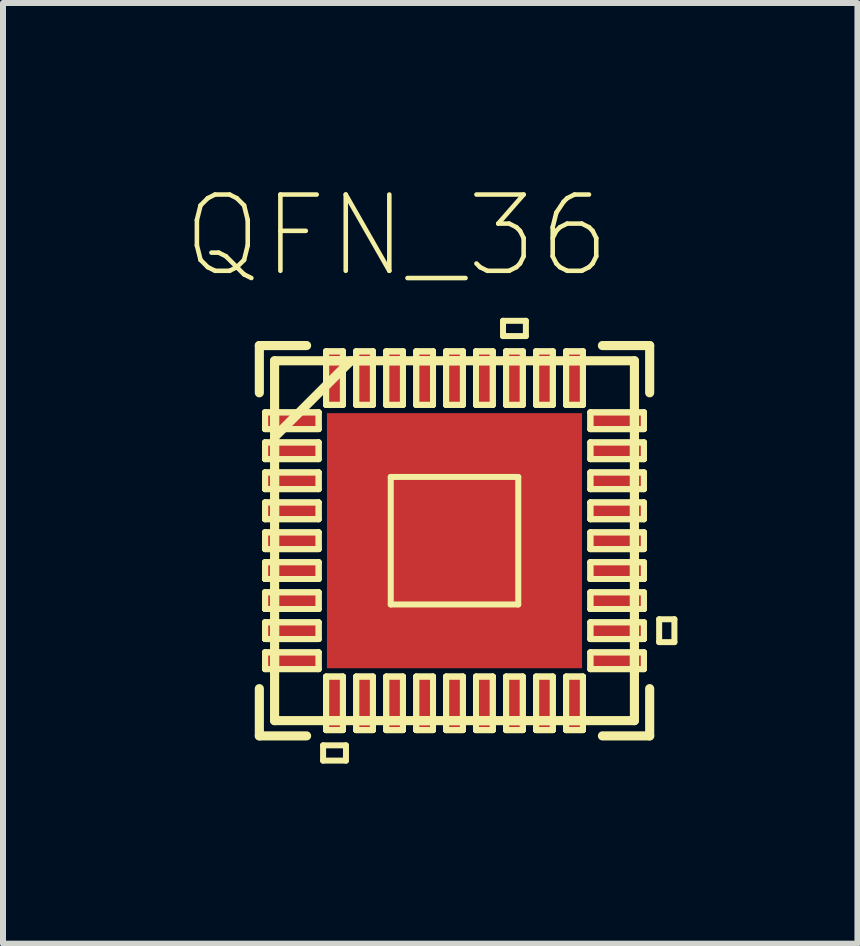
<source format=kicad_pcb>
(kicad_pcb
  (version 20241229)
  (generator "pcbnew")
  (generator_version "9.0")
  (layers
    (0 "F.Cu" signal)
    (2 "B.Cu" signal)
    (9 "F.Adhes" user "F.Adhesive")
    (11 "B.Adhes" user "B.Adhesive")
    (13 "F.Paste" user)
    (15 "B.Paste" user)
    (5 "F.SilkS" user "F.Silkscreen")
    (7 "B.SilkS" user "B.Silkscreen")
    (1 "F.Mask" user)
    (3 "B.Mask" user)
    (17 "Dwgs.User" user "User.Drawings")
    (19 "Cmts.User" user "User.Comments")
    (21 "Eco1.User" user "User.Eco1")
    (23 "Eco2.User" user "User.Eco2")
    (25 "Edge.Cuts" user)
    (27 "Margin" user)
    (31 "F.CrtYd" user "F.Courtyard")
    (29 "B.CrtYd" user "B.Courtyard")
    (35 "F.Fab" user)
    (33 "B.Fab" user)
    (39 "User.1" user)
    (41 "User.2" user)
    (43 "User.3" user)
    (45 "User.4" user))
  (footprint "QFN_36"
    (layer "F.Cu")
    (at 4.521 5.957)
    (property "Reference" "QFN_36" (at -0.965 -5.08 0) (layer "F.SilkS") (effects (font (size 1.27 1.27) (thickness 0.076))))
    (attr smd)
    (fp_line (start -3.251 -3.251) (end -3.251 -2.464) (stroke (width 0.152) (type solid)) (layer "F.SilkS"))
    (fp_line (start -3.251 2.464) (end -3.251 3.251) (stroke (width 0.152) (type solid)) (layer "F.SilkS"))
    (fp_line (start -3.251 3.251) (end -2.464 3.251) (stroke (width 0.152) (type solid)) (layer "F.SilkS"))
    (fp_line (start -3.155 -2.139) (end -3.155 -1.859) (stroke (width 0.1) (type solid)) (layer "F.SilkS"))
    (fp_line (start -3.155 -2.139) (end -3.155 -1.859) (stroke (width 0.1) (type solid)) (layer "F.SilkS"))
    (fp_line (start -3.155 -1.859) (end -2.263 -1.859) (stroke (width 0.1) (type solid)) (layer "F.SilkS"))
    (fp_line (start -3.155 -1.859) (end -2.263 -1.859) (stroke (width 0.1) (type solid)) (layer "F.SilkS"))
    (fp_line (start -3.155 -1.638) (end -3.155 -1.359) (stroke (width 0.1) (type solid)) (layer "F.SilkS"))
    (fp_line (start -3.155 -1.638) (end -3.155 -1.359) (stroke (width 0.1) (type solid)) (layer "F.SilkS"))
    (fp_line (start -3.155 -1.359) (end -2.263 -1.359) (stroke (width 0.1) (type solid)) (layer "F.SilkS"))
    (fp_line (start -3.155 -1.359) (end -2.263 -1.359) (stroke (width 0.1) (type solid)) (layer "F.SilkS"))
    (fp_line (start -3.155 -1.138) (end -3.155 -0.859) (stroke (width 0.1) (type solid)) (layer "F.SilkS"))
    (fp_line (start -3.155 -1.138) (end -3.155 -0.859) (stroke (width 0.1) (type solid)) (layer "F.SilkS"))
    (fp_line (start -3.155 -0.859) (end -2.263 -0.859) (stroke (width 0.1) (type solid)) (layer "F.SilkS"))
    (fp_line (start -3.155 -0.859) (end -2.263 -0.859) (stroke (width 0.1) (type solid)) (layer "F.SilkS"))
    (fp_line (start -3.155 -0.638) (end -3.155 -0.358) (stroke (width 0.1) (type solid)) (layer "F.SilkS"))
    (fp_line (start -3.155 -0.638) (end -3.155 -0.358) (stroke (width 0.1) (type solid)) (layer "F.SilkS"))
    (fp_line (start -3.155 -0.358) (end -2.263 -0.358) (stroke (width 0.1) (type solid)) (layer "F.SilkS"))
    (fp_line (start -3.155 -0.358) (end -2.263 -0.358) (stroke (width 0.1) (type solid)) (layer "F.SilkS"))
    (fp_line (start -3.155 -0.14) (end -3.155 0.14) (stroke (width 0.1) (type solid)) (layer "F.SilkS"))
    (fp_line (start -3.155 -0.14) (end -3.155 0.14) (stroke (width 0.1) (type solid)) (layer "F.SilkS"))
    (fp_line (start -3.155 0.14) (end -2.263 0.14) (stroke (width 0.1) (type solid)) (layer "F.SilkS"))
    (fp_line (start -3.155 0.14) (end -2.263 0.14) (stroke (width 0.1) (type solid)) (layer "F.SilkS"))
    (fp_line (start -3.155 0.358) (end -3.155 0.638) (stroke (width 0.1) (type solid)) (layer "F.SilkS"))
    (fp_line (start -3.155 0.358) (end -3.155 0.638) (stroke (width 0.1) (type solid)) (layer "F.SilkS"))
    (fp_line (start -3.155 0.638) (end -2.263 0.638) (stroke (width 0.1) (type solid)) (layer "F.SilkS"))
    (fp_line (start -3.155 0.638) (end -2.263 0.638) (stroke (width 0.1) (type solid)) (layer "F.SilkS"))
    (fp_line (start -3.155 0.859) (end -3.155 1.138) (stroke (width 0.1) (type solid)) (layer "F.SilkS"))
    (fp_line (start -3.155 0.859) (end -3.155 1.138) (stroke (width 0.1) (type solid)) (layer "F.SilkS"))
    (fp_line (start -3.155 1.138) (end -2.263 1.138) (stroke (width 0.1) (type solid)) (layer "F.SilkS"))
    (fp_line (start -3.155 1.138) (end -2.263 1.138) (stroke (width 0.1) (type solid)) (layer "F.SilkS"))
    (fp_line (start -3.155 1.359) (end -3.155 1.638) (stroke (width 0.1) (type solid)) (layer "F.SilkS"))
    (fp_line (start -3.155 1.359) (end -3.155 1.638) (stroke (width 0.1) (type solid)) (layer "F.SilkS"))
    (fp_line (start -3.155 1.638) (end -2.263 1.638) (stroke (width 0.1) (type solid)) (layer "F.SilkS"))
    (fp_line (start -3.155 1.638) (end -2.263 1.638) (stroke (width 0.1) (type solid)) (layer "F.SilkS"))
    (fp_line (start -3.155 1.859) (end -3.155 2.139) (stroke (width 0.1) (type solid)) (layer "F.SilkS"))
    (fp_line (start -3.155 1.859) (end -3.155 2.139) (stroke (width 0.1) (type solid)) (layer "F.SilkS"))
    (fp_line (start -3.155 2.139) (end -2.263 2.139) (stroke (width 0.1) (type solid)) (layer "F.SilkS"))
    (fp_line (start -3.155 2.139) (end -2.263 2.139) (stroke (width 0.1) (type solid)) (layer "F.SilkS"))
    (fp_line (start -2.997 -2.997) (end -2.997 2.997) (stroke (width 0.152) (type solid)) (layer "F.SilkS"))
    (fp_line (start -2.997 -2.159) (end -2.997 -1.854) (stroke (width 0.152) (type solid)) (layer "F.SilkS"))
    (fp_line (start -2.997 -1.727) (end -1.727 -2.997) (stroke (width 0.152) (type solid)) (layer "F.SilkS"))
    (fp_line (start -2.997 -1.651) (end -2.997 -1.346) (stroke (width 0.152) (type solid)) (layer "F.SilkS"))
    (fp_line (start -2.997 -1.143) (end -2.997 -0.838) (stroke (width 0.152) (type solid)) (layer "F.SilkS"))
    (fp_line (start -2.997 -0.66) (end -2.997 -0.356) (stroke (width 0.152) (type solid)) (layer "F.SilkS"))
    (fp_line (start -2.997 -0.152) (end -2.997 0.152) (stroke (width 0.152) (type solid)) (layer "F.SilkS"))
    (fp_line (start -2.997 0.356) (end -2.997 0.66) (stroke (width 0.152) (type solid)) (layer "F.SilkS"))
    (fp_line (start -2.997 0.838) (end -2.997 1.143) (stroke (width 0.152) (type solid)) (layer "F.SilkS"))
    (fp_line (start -2.997 1.346) (end -2.997 1.651) (stroke (width 0.152) (type solid)) (layer "F.SilkS"))
    (fp_line (start -2.997 1.854) (end -2.997 2.159) (stroke (width 0.152) (type solid)) (layer "F.SilkS"))
    (fp_line (start -2.997 2.997) (end 2.997 2.997) (stroke (width 0.152) (type solid)) (layer "F.SilkS"))
    (fp_line (start -2.464 -3.251) (end -3.251 -3.251) (stroke (width 0.152) (type solid)) (layer "F.SilkS"))
    (fp_line (start -2.263 -2.139) (end -3.155 -2.139) (stroke (width 0.1) (type solid)) (layer "F.SilkS"))
    (fp_line (start -2.263 -2.139) (end -3.155 -2.139) (stroke (width 0.1) (type solid)) (layer "F.SilkS"))
    (fp_line (start -2.263 -1.859) (end -2.263 -2.139) (stroke (width 0.1) (type solid)) (layer "F.SilkS"))
    (fp_line (start -2.263 -1.859) (end -2.263 -2.139) (stroke (width 0.1) (type solid)) (layer "F.SilkS"))
    (fp_line (start -2.263 -1.638) (end -3.155 -1.638) (stroke (width 0.1) (type solid)) (layer "F.SilkS"))
    (fp_line (start -2.263 -1.638) (end -3.155 -1.638) (stroke (width 0.1) (type solid)) (layer "F.SilkS"))
    (fp_line (start -2.263 -1.359) (end -2.263 -1.638) (stroke (width 0.1) (type solid)) (layer "F.SilkS"))
    (fp_line (start -2.263 -1.359) (end -2.263 -1.638) (stroke (width 0.1) (type solid)) (layer "F.SilkS"))
    (fp_line (start -2.263 -1.138) (end -3.155 -1.138) (stroke (width 0.1) (type solid)) (layer "F.SilkS"))
    (fp_line (start -2.263 -1.138) (end -3.155 -1.138) (stroke (width 0.1) (type solid)) (layer "F.SilkS"))
    (fp_line (start -2.263 -0.859) (end -2.263 -1.138) (stroke (width 0.1) (type solid)) (layer "F.SilkS"))
    (fp_line (start -2.263 -0.859) (end -2.263 -1.138) (stroke (width 0.1) (type solid)) (layer "F.SilkS"))
    (fp_line (start -2.263 -0.638) (end -3.155 -0.638) (stroke (width 0.1) (type solid)) (layer "F.SilkS"))
    (fp_line (start -2.263 -0.638) (end -3.155 -0.638) (stroke (width 0.1) (type solid)) (layer "F.SilkS"))
    (fp_line (start -2.263 -0.358) (end -2.263 -0.638) (stroke (width 0.1) (type solid)) (layer "F.SilkS"))
    (fp_line (start -2.263 -0.358) (end -2.263 -0.638) (stroke (width 0.1) (type solid)) (layer "F.SilkS"))
    (fp_line (start -2.263 -0.14) (end -3.155 -0.14) (stroke (width 0.1) (type solid)) (layer "F.SilkS"))
    (fp_line (start -2.263 -0.14) (end -3.155 -0.14) (stroke (width 0.1) (type solid)) (layer "F.SilkS"))
    (fp_line (start -2.263 0.14) (end -2.263 -0.14) (stroke (width 0.1) (type solid)) (layer "F.SilkS"))
    (fp_line (start -2.263 0.14) (end -2.263 -0.14) (stroke (width 0.1) (type solid)) (layer "F.SilkS"))
    (fp_line (start -2.263 0.358) (end -3.155 0.358) (stroke (width 0.1) (type solid)) (layer "F.SilkS"))
    (fp_line (start -2.263 0.358) (end -3.155 0.358) (stroke (width 0.1) (type solid)) (layer "F.SilkS"))
    (fp_line (start -2.263 0.638) (end -2.263 0.358) (stroke (width 0.1) (type solid)) (layer "F.SilkS"))
    (fp_line (start -2.263 0.638) (end -2.263 0.358) (stroke (width 0.1) (type solid)) (layer "F.SilkS"))
    (fp_line (start -2.263 0.859) (end -3.155 0.859) (stroke (width 0.1) (type solid)) (layer "F.SilkS"))
    (fp_line (start -2.263 0.859) (end -3.155 0.859) (stroke (width 0.1) (type solid)) (layer "F.SilkS"))
    (fp_line (start -2.263 1.138) (end -2.263 0.859) (stroke (width 0.1) (type solid)) (layer "F.SilkS"))
    (fp_line (start -2.263 1.138) (end -2.263 0.859) (stroke (width 0.1) (type solid)) (layer "F.SilkS"))
    (fp_line (start -2.263 1.359) (end -3.155 1.359) (stroke (width 0.1) (type solid)) (layer "F.SilkS"))
    (fp_line (start -2.263 1.359) (end -3.155 1.359) (stroke (width 0.1) (type solid)) (layer "F.SilkS"))
    (fp_line (start -2.263 1.638) (end -2.263 1.359) (stroke (width 0.1) (type solid)) (layer "F.SilkS"))
    (fp_line (start -2.263 1.638) (end -2.263 1.359) (stroke (width 0.1) (type solid)) (layer "F.SilkS"))
    (fp_line (start -2.263 1.859) (end -3.155 1.859) (stroke (width 0.1) (type solid)) (layer "F.SilkS"))
    (fp_line (start -2.263 1.859) (end -3.155 1.859) (stroke (width 0.1) (type solid)) (layer "F.SilkS"))
    (fp_line (start -2.263 2.139) (end -2.263 1.859) (stroke (width 0.1) (type solid)) (layer "F.SilkS"))
    (fp_line (start -2.263 2.139) (end -2.263 1.859) (stroke (width 0.1) (type solid)) (layer "F.SilkS"))
    (fp_line (start -2.189 3.409) (end -2.189 3.663) (stroke (width 0.1) (type solid)) (layer "F.SilkS"))
    (fp_line (start -2.189 3.663) (end -1.808 3.663) (stroke (width 0.1) (type solid)) (layer "F.SilkS"))
    (fp_line (start -2.159 2.997) (end -1.854 2.997) (stroke (width 0.152) (type solid)) (layer "F.SilkS"))
    (fp_line (start -2.139 -3.155) (end -2.139 -2.263) (stroke (width 0.1) (type solid)) (layer "F.SilkS"))
    (fp_line (start -2.139 -3.155) (end -2.139 -2.263) (stroke (width 0.1) (type solid)) (layer "F.SilkS"))
    (fp_line (start -2.139 -2.263) (end -1.859 -2.263) (stroke (width 0.1) (type solid)) (layer "F.SilkS"))
    (fp_line (start -2.139 -2.263) (end -1.859 -2.263) (stroke (width 0.1) (type solid)) (layer "F.SilkS"))
    (fp_line (start -2.139 2.263) (end -2.139 3.155) (stroke (width 0.1) (type solid)) (layer "F.SilkS"))
    (fp_line (start -2.139 2.263) (end -2.139 3.155) (stroke (width 0.1) (type solid)) (layer "F.SilkS"))
    (fp_line (start -2.139 3.155) (end -1.859 3.155) (stroke (width 0.1) (type solid)) (layer "F.SilkS"))
    (fp_line (start -2.139 3.155) (end -1.859 3.155) (stroke (width 0.1) (type solid)) (layer "F.SilkS"))
    (fp_line (start -1.859 -3.155) (end -2.139 -3.155) (stroke (width 0.1) (type solid)) (layer "F.SilkS"))
    (fp_line (start -1.859 -3.155) (end -2.139 -3.155) (stroke (width 0.1) (type solid)) (layer "F.SilkS"))
    (fp_line (start -1.859 -2.263) (end -1.859 -3.155) (stroke (width 0.1) (type solid)) (layer "F.SilkS"))
    (fp_line (start -1.859 -2.263) (end -1.859 -3.155) (stroke (width 0.1) (type solid)) (layer "F.SilkS"))
    (fp_line (start -1.859 2.263) (end -2.139 2.263) (stroke (width 0.1) (type solid)) (layer "F.SilkS"))
    (fp_line (start -1.859 2.263) (end -2.139 2.263) (stroke (width 0.1) (type solid)) (layer "F.SilkS"))
    (fp_line (start -1.859 3.155) (end -1.859 2.263) (stroke (width 0.1) (type solid)) (layer "F.SilkS"))
    (fp_line (start -1.859 3.155) (end -1.859 2.263) (stroke (width 0.1) (type solid)) (layer "F.SilkS"))
    (fp_line (start -1.854 -2.997) (end -2.159 -2.997) (stroke (width 0.152) (type solid)) (layer "F.SilkS"))
    (fp_line (start -1.808 3.409) (end -2.189 3.409) (stroke (width 0.1) (type solid)) (layer "F.SilkS"))
    (fp_line (start -1.808 3.663) (end -1.808 3.409) (stroke (width 0.1) (type solid)) (layer "F.SilkS"))
    (fp_line (start -1.651 2.997) (end -1.346 2.997) (stroke (width 0.152) (type solid)) (layer "F.SilkS"))
    (fp_line (start -1.638 -3.155) (end -1.638 -2.263) (stroke (width 0.1) (type solid)) (layer "F.SilkS"))
    (fp_line (start -1.638 -3.155) (end -1.638 -2.263) (stroke (width 0.1) (type solid)) (layer "F.SilkS"))
    (fp_line (start -1.638 -2.263) (end -1.359 -2.263) (stroke (width 0.1) (type solid)) (layer "F.SilkS"))
    (fp_line (start -1.638 -2.263) (end -1.359 -2.263) (stroke (width 0.1) (type solid)) (layer "F.SilkS"))
    (fp_line (start -1.638 2.263) (end -1.638 3.155) (stroke (width 0.1) (type solid)) (layer "F.SilkS"))
    (fp_line (start -1.638 2.263) (end -1.638 3.155) (stroke (width 0.1) (type solid)) (layer "F.SilkS"))
    (fp_line (start -1.638 3.155) (end -1.359 3.155) (stroke (width 0.1) (type solid)) (layer "F.SilkS"))
    (fp_line (start -1.638 3.155) (end -1.359 3.155) (stroke (width 0.1) (type solid)) (layer "F.SilkS"))
    (fp_line (start -1.359 -3.155) (end -1.638 -3.155) (stroke (width 0.1) (type solid)) (layer "F.SilkS"))
    (fp_line (start -1.359 -3.155) (end -1.638 -3.155) (stroke (width 0.1) (type solid)) (layer "F.SilkS"))
    (fp_line (start -1.359 -2.263) (end -1.359 -3.155) (stroke (width 0.1) (type solid)) (layer "F.SilkS"))
    (fp_line (start -1.359 -2.263) (end -1.359 -3.155) (stroke (width 0.1) (type solid)) (layer "F.SilkS"))
    (fp_line (start -1.359 2.263) (end -1.638 2.263) (stroke (width 0.1) (type solid)) (layer "F.SilkS"))
    (fp_line (start -1.359 2.263) (end -1.638 2.263) (stroke (width 0.1) (type solid)) (layer "F.SilkS"))
    (fp_line (start -1.359 3.155) (end -1.359 2.263) (stroke (width 0.1) (type solid)) (layer "F.SilkS"))
    (fp_line (start -1.359 3.155) (end -1.359 2.263) (stroke (width 0.1) (type solid)) (layer "F.SilkS"))
    (fp_line (start -1.346 -2.997) (end -1.651 -2.997) (stroke (width 0.152) (type solid)) (layer "F.SilkS"))
    (fp_line (start -1.143 2.997) (end -0.838 2.997) (stroke (width 0.152) (type solid)) (layer "F.SilkS"))
    (fp_line (start -1.138 -3.155) (end -1.138 -2.263) (stroke (width 0.1) (type solid)) (layer "F.SilkS"))
    (fp_line (start -1.138 -3.155) (end -1.138 -2.263) (stroke (width 0.1) (type solid)) (layer "F.SilkS"))
    (fp_line (start -1.138 -2.263) (end -0.859 -2.263) (stroke (width 0.1) (type solid)) (layer "F.SilkS"))
    (fp_line (start -1.138 -2.263) (end -0.859 -2.263) (stroke (width 0.1) (type solid)) (layer "F.SilkS"))
    (fp_line (start -1.138 2.263) (end -1.138 3.155) (stroke (width 0.1) (type solid)) (layer "F.SilkS"))
    (fp_line (start -1.138 2.263) (end -1.138 3.155) (stroke (width 0.1) (type solid)) (layer "F.SilkS"))
    (fp_line (start -1.138 3.155) (end -0.859 3.155) (stroke (width 0.1) (type solid)) (layer "F.SilkS"))
    (fp_line (start -1.138 3.155) (end -0.859 3.155) (stroke (width 0.1) (type solid)) (layer "F.SilkS"))
    (fp_line (start -1.062 -1.062) (end 1.062 -1.062) (stroke (width 0.1) (type solid)) (layer "F.SilkS"))
    (fp_line (start -1.062 1.062) (end -1.062 -1.062) (stroke (width 0.1) (type solid)) (layer "F.SilkS"))
    (fp_line (start -0.859 -3.155) (end -1.138 -3.155) (stroke (width 0.1) (type solid)) (layer "F.SilkS"))
    (fp_line (start -0.859 -3.155) (end -1.138 -3.155) (stroke (width 0.1) (type solid)) (layer "F.SilkS"))
    (fp_line (start -0.859 -2.263) (end -0.859 -3.155) (stroke (width 0.1) (type solid)) (layer "F.SilkS"))
    (fp_line (start -0.859 -2.263) (end -0.859 -3.155) (stroke (width 0.1) (type solid)) (layer "F.SilkS"))
    (fp_line (start -0.859 2.263) (end -1.138 2.263) (stroke (width 0.1) (type solid)) (layer "F.SilkS"))
    (fp_line (start -0.859 2.263) (end -1.138 2.263) (stroke (width 0.1) (type solid)) (layer "F.SilkS"))
    (fp_line (start -0.859 3.155) (end -0.859 2.263) (stroke (width 0.1) (type solid)) (layer "F.SilkS"))
    (fp_line (start -0.859 3.155) (end -0.859 2.263) (stroke (width 0.1) (type solid)) (layer "F.SilkS"))
    (fp_line (start -0.838 -2.997) (end -1.143 -2.997) (stroke (width 0.152) (type solid)) (layer "F.SilkS"))
    (fp_line (start -0.66 2.997) (end -0.356 2.997) (stroke (width 0.152) (type solid)) (layer "F.SilkS"))
    (fp_line (start -0.638 -3.155) (end -0.638 -2.263) (stroke (width 0.1) (type solid)) (layer "F.SilkS"))
    (fp_line (start -0.638 -3.155) (end -0.638 -2.263) (stroke (width 0.1) (type solid)) (layer "F.SilkS"))
    (fp_line (start -0.638 -2.263) (end -0.358 -2.263) (stroke (width 0.1) (type solid)) (layer "F.SilkS"))
    (fp_line (start -0.638 -2.263) (end -0.358 -2.263) (stroke (width 0.1) (type solid)) (layer "F.SilkS"))
    (fp_line (start -0.638 2.263) (end -0.638 3.155) (stroke (width 0.1) (type solid)) (layer "F.SilkS"))
    (fp_line (start -0.638 2.263) (end -0.638 3.155) (stroke (width 0.1) (type solid)) (layer "F.SilkS"))
    (fp_line (start -0.638 3.155) (end -0.358 3.155) (stroke (width 0.1) (type solid)) (layer "F.SilkS"))
    (fp_line (start -0.638 3.155) (end -0.358 3.155) (stroke (width 0.1) (type solid)) (layer "F.SilkS"))
    (fp_line (start -0.358 -3.155) (end -0.638 -3.155) (stroke (width 0.1) (type solid)) (layer "F.SilkS"))
    (fp_line (start -0.358 -3.155) (end -0.638 -3.155) (stroke (width 0.1) (type solid)) (layer "F.SilkS"))
    (fp_line (start -0.358 -2.263) (end -0.358 -3.155) (stroke (width 0.1) (type solid)) (layer "F.SilkS"))
    (fp_line (start -0.358 -2.263) (end -0.358 -3.155) (stroke (width 0.1) (type solid)) (layer "F.SilkS"))
    (fp_line (start -0.358 2.263) (end -0.638 2.263) (stroke (width 0.1) (type solid)) (layer "F.SilkS"))
    (fp_line (start -0.358 2.263) (end -0.638 2.263) (stroke (width 0.1) (type solid)) (layer "F.SilkS"))
    (fp_line (start -0.358 3.155) (end -0.358 2.263) (stroke (width 0.1) (type solid)) (layer "F.SilkS"))
    (fp_line (start -0.358 3.155) (end -0.358 2.263) (stroke (width 0.1) (type solid)) (layer "F.SilkS"))
    (fp_line (start -0.356 -2.997) (end -0.66 -2.997) (stroke (width 0.152) (type solid)) (layer "F.SilkS"))
    (fp_line (start -0.152 2.997) (end 0.152 2.997) (stroke (width 0.152) (type solid)) (layer "F.SilkS"))
    (fp_line (start -0.14 -3.155) (end -0.14 -2.263) (stroke (width 0.1) (type solid)) (layer "F.SilkS"))
    (fp_line (start -0.14 -3.155) (end -0.14 -2.263) (stroke (width 0.1) (type solid)) (layer "F.SilkS"))
    (fp_line (start -0.14 -2.263) (end 0.14 -2.263) (stroke (width 0.1) (type solid)) (layer "F.SilkS"))
    (fp_line (start -0.14 -2.263) (end 0.14 -2.263) (stroke (width 0.1) (type solid)) (layer "F.SilkS"))
    (fp_line (start -0.14 2.263) (end -0.14 3.155) (stroke (width 0.1) (type solid)) (layer "F.SilkS"))
    (fp_line (start -0.14 2.263) (end -0.14 3.155) (stroke (width 0.1) (type solid)) (layer "F.SilkS"))
    (fp_line (start -0.14 3.155) (end 0.14 3.155) (stroke (width 0.1) (type solid)) (layer "F.SilkS"))
    (fp_line (start -0.14 3.155) (end 0.14 3.155) (stroke (width 0.1) (type solid)) (layer "F.SilkS"))
    (fp_line (start 0.14 -3.155) (end -0.14 -3.155) (stroke (width 0.1) (type solid)) (layer "F.SilkS"))
    (fp_line (start 0.14 -3.155) (end -0.14 -3.155) (stroke (width 0.1) (type solid)) (layer "F.SilkS"))
    (fp_line (start 0.14 -2.263) (end 0.14 -3.155) (stroke (width 0.1) (type solid)) (layer "F.SilkS"))
    (fp_line (start 0.14 -2.263) (end 0.14 -3.155) (stroke (width 0.1) (type solid)) (layer "F.SilkS"))
    (fp_line (start 0.14 2.263) (end -0.14 2.263) (stroke (width 0.1) (type solid)) (layer "F.SilkS"))
    (fp_line (start 0.14 2.263) (end -0.14 2.263) (stroke (width 0.1) (type solid)) (layer "F.SilkS"))
    (fp_line (start 0.14 3.155) (end 0.14 2.263) (stroke (width 0.1) (type solid)) (layer "F.SilkS"))
    (fp_line (start 0.14 3.155) (end 0.14 2.263) (stroke (width 0.1) (type solid)) (layer "F.SilkS"))
    (fp_line (start 0.152 -2.997) (end -0.152 -2.997) (stroke (width 0.152) (type solid)) (layer "F.SilkS"))
    (fp_line (start 0.356 2.997) (end 0.66 2.997) (stroke (width 0.152) (type solid)) (layer "F.SilkS"))
    (fp_line (start 0.358 -3.155) (end 0.358 -2.263) (stroke (width 0.1) (type solid)) (layer "F.SilkS"))
    (fp_line (start 0.358 -3.155) (end 0.358 -2.263) (stroke (width 0.1) (type solid)) (layer "F.SilkS"))
    (fp_line (start 0.358 -2.263) (end 0.638 -2.263) (stroke (width 0.1) (type solid)) (layer "F.SilkS"))
    (fp_line (start 0.358 -2.263) (end 0.638 -2.263) (stroke (width 0.1) (type solid)) (layer "F.SilkS"))
    (fp_line (start 0.358 2.263) (end 0.358 3.155) (stroke (width 0.1) (type solid)) (layer "F.SilkS"))
    (fp_line (start 0.358 2.263) (end 0.358 3.155) (stroke (width 0.1) (type solid)) (layer "F.SilkS"))
    (fp_line (start 0.358 3.155) (end 0.638 3.155) (stroke (width 0.1) (type solid)) (layer "F.SilkS"))
    (fp_line (start 0.358 3.155) (end 0.638 3.155) (stroke (width 0.1) (type solid)) (layer "F.SilkS"))
    (fp_line (start 0.638 -3.155) (end 0.358 -3.155) (stroke (width 0.1) (type solid)) (layer "F.SilkS"))
    (fp_line (start 0.638 -3.155) (end 0.358 -3.155) (stroke (width 0.1) (type solid)) (layer "F.SilkS"))
    (fp_line (start 0.638 -2.263) (end 0.638 -3.155) (stroke (width 0.1) (type solid)) (layer "F.SilkS"))
    (fp_line (start 0.638 -2.263) (end 0.638 -3.155) (stroke (width 0.1) (type solid)) (layer "F.SilkS"))
    (fp_line (start 0.638 2.263) (end 0.358 2.263) (stroke (width 0.1) (type solid)) (layer "F.SilkS"))
    (fp_line (start 0.638 2.263) (end 0.358 2.263) (stroke (width 0.1) (type solid)) (layer "F.SilkS"))
    (fp_line (start 0.638 3.155) (end 0.638 2.263) (stroke (width 0.1) (type solid)) (layer "F.SilkS"))
    (fp_line (start 0.638 3.155) (end 0.638 2.263) (stroke (width 0.1) (type solid)) (layer "F.SilkS"))
    (fp_line (start 0.66 -2.997) (end 0.356 -2.997) (stroke (width 0.152) (type solid)) (layer "F.SilkS"))
    (fp_line (start 0.808 -3.663) (end 1.189 -3.663) (stroke (width 0.1) (type solid)) (layer "F.SilkS"))
    (fp_line (start 0.808 -3.409) (end 0.808 -3.663) (stroke (width 0.1) (type solid)) (layer "F.SilkS"))
    (fp_line (start 0.838 2.997) (end 1.143 2.997) (stroke (width 0.152) (type solid)) (layer "F.SilkS"))
    (fp_line (start 0.859 -3.155) (end 0.859 -2.263) (stroke (width 0.1) (type solid)) (layer "F.SilkS"))
    (fp_line (start 0.859 -3.155) (end 0.859 -2.263) (stroke (width 0.1) (type solid)) (layer "F.SilkS"))
    (fp_line (start 0.859 -2.263) (end 1.138 -2.263) (stroke (width 0.1) (type solid)) (layer "F.SilkS"))
    (fp_line (start 0.859 -2.263) (end 1.138 -2.263) (stroke (width 0.1) (type solid)) (layer "F.SilkS"))
    (fp_line (start 0.859 2.263) (end 0.859 3.155) (stroke (width 0.1) (type solid)) (layer "F.SilkS"))
    (fp_line (start 0.859 2.263) (end 0.859 3.155) (stroke (width 0.1) (type solid)) (layer "F.SilkS"))
    (fp_line (start 0.859 3.155) (end 1.138 3.155) (stroke (width 0.1) (type solid)) (layer "F.SilkS"))
    (fp_line (start 0.859 3.155) (end 1.138 3.155) (stroke (width 0.1) (type solid)) (layer "F.SilkS"))
    (fp_line (start 1.062 -1.062) (end 1.062 1.062) (stroke (width 0.1) (type solid)) (layer "F.SilkS"))
    (fp_line (start 1.062 1.062) (end -1.062 1.062) (stroke (width 0.1) (type solid)) (layer "F.SilkS"))
    (fp_line (start 1.138 -3.155) (end 0.859 -3.155) (stroke (width 0.1) (type solid)) (layer "F.SilkS"))
    (fp_line (start 1.138 -3.155) (end 0.859 -3.155) (stroke (width 0.1) (type solid)) (layer "F.SilkS"))
    (fp_line (start 1.138 -2.263) (end 1.138 -3.155) (stroke (width 0.1) (type solid)) (layer "F.SilkS"))
    (fp_line (start 1.138 -2.263) (end 1.138 -3.155) (stroke (width 0.1) (type solid)) (layer "F.SilkS"))
    (fp_line (start 1.138 2.263) (end 0.859 2.263) (stroke (width 0.1) (type solid)) (layer "F.SilkS"))
    (fp_line (start 1.138 2.263) (end 0.859 2.263) (stroke (width 0.1) (type solid)) (layer "F.SilkS"))
    (fp_line (start 1.138 3.155) (end 1.138 2.263) (stroke (width 0.1) (type solid)) (layer "F.SilkS"))
    (fp_line (start 1.138 3.155) (end 1.138 2.263) (stroke (width 0.1) (type solid)) (layer "F.SilkS"))
    (fp_line (start 1.143 -2.997) (end 0.838 -2.997) (stroke (width 0.152) (type solid)) (layer "F.SilkS"))
    (fp_line (start 1.189 -3.663) (end 1.189 -3.409) (stroke (width 0.1) (type solid)) (layer "F.SilkS"))
    (fp_line (start 1.189 -3.409) (end 0.808 -3.409) (stroke (width 0.1) (type solid)) (layer "F.SilkS"))
    (fp_line (start 1.346 2.997) (end 1.651 2.997) (stroke (width 0.152) (type solid)) (layer "F.SilkS"))
    (fp_line (start 1.359 -3.155) (end 1.359 -2.263) (stroke (width 0.1) (type solid)) (layer "F.SilkS"))
    (fp_line (start 1.359 -3.155) (end 1.359 -2.263) (stroke (width 0.1) (type solid)) (layer "F.SilkS"))
    (fp_line (start 1.359 -2.263) (end 1.638 -2.263) (stroke (width 0.1) (type solid)) (layer "F.SilkS"))
    (fp_line (start 1.359 -2.263) (end 1.638 -2.263) (stroke (width 0.1) (type solid)) (layer "F.SilkS"))
    (fp_line (start 1.359 2.263) (end 1.359 3.155) (stroke (width 0.1) (type solid)) (layer "F.SilkS"))
    (fp_line (start 1.359 2.263) (end 1.359 3.155) (stroke (width 0.1) (type solid)) (layer "F.SilkS"))
    (fp_line (start 1.359 3.155) (end 1.638 3.155) (stroke (width 0.1) (type solid)) (layer "F.SilkS"))
    (fp_line (start 1.359 3.155) (end 1.638 3.155) (stroke (width 0.1) (type solid)) (layer "F.SilkS"))
    (fp_line (start 1.638 -3.155) (end 1.359 -3.155) (stroke (width 0.1) (type solid)) (layer "F.SilkS"))
    (fp_line (start 1.638 -3.155) (end 1.359 -3.155) (stroke (width 0.1) (type solid)) (layer "F.SilkS"))
    (fp_line (start 1.638 -2.263) (end 1.638 -3.155) (stroke (width 0.1) (type solid)) (layer "F.SilkS"))
    (fp_line (start 1.638 -2.263) (end 1.638 -3.155) (stroke (width 0.1) (type solid)) (layer "F.SilkS"))
    (fp_line (start 1.638 2.263) (end 1.359 2.263) (stroke (width 0.1) (type solid)) (layer "F.SilkS"))
    (fp_line (start 1.638 2.263) (end 1.359 2.263) (stroke (width 0.1) (type solid)) (layer "F.SilkS"))
    (fp_line (start 1.638 3.155) (end 1.638 2.263) (stroke (width 0.1) (type solid)) (layer "F.SilkS"))
    (fp_line (start 1.638 3.155) (end 1.638 2.263) (stroke (width 0.1) (type solid)) (layer "F.SilkS"))
    (fp_line (start 1.651 -2.997) (end 1.346 -2.997) (stroke (width 0.152) (type solid)) (layer "F.SilkS"))
    (fp_line (start 1.854 2.997) (end 2.159 2.997) (stroke (width 0.152) (type solid)) (layer "F.SilkS"))
    (fp_line (start 1.859 -3.155) (end 1.859 -2.263) (stroke (width 0.1) (type solid)) (layer "F.SilkS"))
    (fp_line (start 1.859 -3.155) (end 1.859 -2.263) (stroke (width 0.1) (type solid)) (layer "F.SilkS"))
    (fp_line (start 1.859 -2.263) (end 2.139 -2.263) (stroke (width 0.1) (type solid)) (layer "F.SilkS"))
    (fp_line (start 1.859 -2.263) (end 2.139 -2.263) (stroke (width 0.1) (type solid)) (layer "F.SilkS"))
    (fp_line (start 1.859 2.263) (end 1.859 3.155) (stroke (width 0.1) (type solid)) (layer "F.SilkS"))
    (fp_line (start 1.859 2.263) (end 1.859 3.155) (stroke (width 0.1) (type solid)) (layer "F.SilkS"))
    (fp_line (start 1.859 3.155) (end 2.139 3.155) (stroke (width 0.1) (type solid)) (layer "F.SilkS"))
    (fp_line (start 1.859 3.155) (end 2.139 3.155) (stroke (width 0.1) (type solid)) (layer "F.SilkS"))
    (fp_line (start 2.139 -3.155) (end 1.859 -3.155) (stroke (width 0.1) (type solid)) (layer "F.SilkS"))
    (fp_line (start 2.139 -3.155) (end 1.859 -3.155) (stroke (width 0.1) (type solid)) (layer "F.SilkS"))
    (fp_line (start 2.139 -2.263) (end 2.139 -3.155) (stroke (width 0.1) (type solid)) (layer "F.SilkS"))
    (fp_line (start 2.139 -2.263) (end 2.139 -3.155) (stroke (width 0.1) (type solid)) (layer "F.SilkS"))
    (fp_line (start 2.139 2.263) (end 1.859 2.263) (stroke (width 0.1) (type solid)) (layer "F.SilkS"))
    (fp_line (start 2.139 2.263) (end 1.859 2.263) (stroke (width 0.1) (type solid)) (layer "F.SilkS"))
    (fp_line (start 2.139 3.155) (end 2.139 2.263) (stroke (width 0.1) (type solid)) (layer "F.SilkS"))
    (fp_line (start 2.139 3.155) (end 2.139 2.263) (stroke (width 0.1) (type solid)) (layer "F.SilkS"))
    (fp_line (start 2.159 -2.997) (end 1.854 -2.997) (stroke (width 0.152) (type solid)) (layer "F.SilkS"))
    (fp_line (start 2.263 -2.139) (end 2.263 -1.859) (stroke (width 0.1) (type solid)) (layer "F.SilkS"))
    (fp_line (start 2.263 -2.139) (end 2.263 -1.859) (stroke (width 0.1) (type solid)) (layer "F.SilkS"))
    (fp_line (start 2.263 -1.859) (end 3.155 -1.859) (stroke (width 0.1) (type solid)) (layer "F.SilkS"))
    (fp_line (start 2.263 -1.859) (end 3.155 -1.859) (stroke (width 0.1) (type solid)) (layer "F.SilkS"))
    (fp_line (start 2.263 -1.638) (end 2.263 -1.359) (stroke (width 0.1) (type solid)) (layer "F.SilkS"))
    (fp_line (start 2.263 -1.638) (end 2.263 -1.359) (stroke (width 0.1) (type solid)) (layer "F.SilkS"))
    (fp_line (start 2.263 -1.359) (end 3.155 -1.359) (stroke (width 0.1) (type solid)) (layer "F.SilkS"))
    (fp_line (start 2.263 -1.359) (end 3.155 -1.359) (stroke (width 0.1) (type solid)) (layer "F.SilkS"))
    (fp_line (start 2.263 -1.138) (end 2.263 -0.859) (stroke (width 0.1) (type solid)) (layer "F.SilkS"))
    (fp_line (start 2.263 -1.138) (end 2.263 -0.859) (stroke (width 0.1) (type solid)) (layer "F.SilkS"))
    (fp_line (start 2.263 -0.859) (end 3.155 -0.859) (stroke (width 0.1) (type solid)) (layer "F.SilkS"))
    (fp_line (start 2.263 -0.859) (end 3.155 -0.859) (stroke (width 0.1) (type solid)) (layer "F.SilkS"))
    (fp_line (start 2.263 -0.638) (end 2.263 -0.358) (stroke (width 0.1) (type solid)) (layer "F.SilkS"))
    (fp_line (start 2.263 -0.638) (end 2.263 -0.358) (stroke (width 0.1) (type solid)) (layer "F.SilkS"))
    (fp_line (start 2.263 -0.358) (end 3.155 -0.358) (stroke (width 0.1) (type solid)) (layer "F.SilkS"))
    (fp_line (start 2.263 -0.358) (end 3.155 -0.358) (stroke (width 0.1) (type solid)) (layer "F.SilkS"))
    (fp_line (start 2.263 -0.14) (end 2.263 0.14) (stroke (width 0.1) (type solid)) (layer "F.SilkS"))
    (fp_line (start 2.263 -0.14) (end 2.263 0.14) (stroke (width 0.1) (type solid)) (layer "F.SilkS"))
    (fp_line (start 2.263 0.14) (end 3.155 0.14) (stroke (width 0.1) (type solid)) (layer "F.SilkS"))
    (fp_line (start 2.263 0.14) (end 3.155 0.14) (stroke (width 0.1) (type solid)) (layer "F.SilkS"))
    (fp_line (start 2.263 0.358) (end 2.263 0.638) (stroke (width 0.1) (type solid)) (layer "F.SilkS"))
    (fp_line (start 2.263 0.358) (end 2.263 0.638) (stroke (width 0.1) (type solid)) (layer "F.SilkS"))
    (fp_line (start 2.263 0.638) (end 3.155 0.638) (stroke (width 0.1) (type solid)) (layer "F.SilkS"))
    (fp_line (start 2.263 0.638) (end 3.155 0.638) (stroke (width 0.1) (type solid)) (layer "F.SilkS"))
    (fp_line (start 2.263 0.859) (end 2.263 1.138) (stroke (width 0.1) (type solid)) (layer "F.SilkS"))
    (fp_line (start 2.263 0.859) (end 2.263 1.138) (stroke (width 0.1) (type solid)) (layer "F.SilkS"))
    (fp_line (start 2.263 1.138) (end 3.155 1.138) (stroke (width 0.1) (type solid)) (layer "F.SilkS"))
    (fp_line (start 2.263 1.138) (end 3.155 1.138) (stroke (width 0.1) (type solid)) (layer "F.SilkS"))
    (fp_line (start 2.263 1.359) (end 2.263 1.638) (stroke (width 0.1) (type solid)) (layer "F.SilkS"))
    (fp_line (start 2.263 1.359) (end 2.263 1.638) (stroke (width 0.1) (type solid)) (layer "F.SilkS"))
    (fp_line (start 2.263 1.638) (end 3.155 1.638) (stroke (width 0.1) (type solid)) (layer "F.SilkS"))
    (fp_line (start 2.263 1.638) (end 3.155 1.638) (stroke (width 0.1) (type solid)) (layer "F.SilkS"))
    (fp_line (start 2.263 1.859) (end 2.263 2.139) (stroke (width 0.1) (type solid)) (layer "F.SilkS"))
    (fp_line (start 2.263 1.859) (end 2.263 2.139) (stroke (width 0.1) (type solid)) (layer "F.SilkS"))
    (fp_line (start 2.263 2.139) (end 3.155 2.139) (stroke (width 0.1) (type solid)) (layer "F.SilkS"))
    (fp_line (start 2.263 2.139) (end 3.155 2.139) (stroke (width 0.1) (type solid)) (layer "F.SilkS"))
    (fp_line (start 2.464 3.251) (end 3.251 3.251) (stroke (width 0.152) (type solid)) (layer "F.SilkS"))
    (fp_line (start 2.997 -2.997) (end -2.997 -2.997) (stroke (width 0.152) (type solid)) (layer "F.SilkS"))
    (fp_line (start 2.997 -1.854) (end 2.997 -2.159) (stroke (width 0.152) (type solid)) (layer "F.SilkS"))
    (fp_line (start 2.997 -1.346) (end 2.997 -1.651) (stroke (width 0.152) (type solid)) (layer "F.SilkS"))
    (fp_line (start 2.997 -0.838) (end 2.997 -1.143) (stroke (width 0.152) (type solid)) (layer "F.SilkS"))
    (fp_line (start 2.997 -0.356) (end 2.997 -0.66) (stroke (width 0.152) (type solid)) (layer "F.SilkS"))
    (fp_line (start 2.997 0.152) (end 2.997 -0.152) (stroke (width 0.152) (type solid)) (layer "F.SilkS"))
    (fp_line (start 2.997 0.66) (end 2.997 0.356) (stroke (width 0.152) (type solid)) (layer "F.SilkS"))
    (fp_line (start 2.997 1.143) (end 2.997 0.838) (stroke (width 0.152) (type solid)) (layer "F.SilkS"))
    (fp_line (start 2.997 1.651) (end 2.997 1.346) (stroke (width 0.152) (type solid)) (layer "F.SilkS"))
    (fp_line (start 2.997 2.159) (end 2.997 1.854) (stroke (width 0.152) (type solid)) (layer "F.SilkS"))
    (fp_line (start 2.997 2.997) (end 2.997 -2.997) (stroke (width 0.152) (type solid)) (layer "F.SilkS"))
    (fp_line (start 3.155 -2.139) (end 2.263 -2.139) (stroke (width 0.1) (type solid)) (layer "F.SilkS"))
    (fp_line (start 3.155 -2.139) (end 2.263 -2.139) (stroke (width 0.1) (type solid)) (layer "F.SilkS"))
    (fp_line (start 3.155 -1.859) (end 3.155 -2.139) (stroke (width 0.1) (type solid)) (layer "F.SilkS"))
    (fp_line (start 3.155 -1.859) (end 3.155 -2.139) (stroke (width 0.1) (type solid)) (layer "F.SilkS"))
    (fp_line (start 3.155 -1.638) (end 2.263 -1.638) (stroke (width 0.1) (type solid)) (layer "F.SilkS"))
    (fp_line (start 3.155 -1.638) (end 2.263 -1.638) (stroke (width 0.1) (type solid)) (layer "F.SilkS"))
    (fp_line (start 3.155 -1.359) (end 3.155 -1.638) (stroke (width 0.1) (type solid)) (layer "F.SilkS"))
    (fp_line (start 3.155 -1.359) (end 3.155 -1.638) (stroke (width 0.1) (type solid)) (layer "F.SilkS"))
    (fp_line (start 3.155 -1.138) (end 2.263 -1.138) (stroke (width 0.1) (type solid)) (layer "F.SilkS"))
    (fp_line (start 3.155 -1.138) (end 2.263 -1.138) (stroke (width 0.1) (type solid)) (layer "F.SilkS"))
    (fp_line (start 3.155 -0.859) (end 3.155 -1.138) (stroke (width 0.1) (type solid)) (layer "F.SilkS"))
    (fp_line (start 3.155 -0.859) (end 3.155 -1.138) (stroke (width 0.1) (type solid)) (layer "F.SilkS"))
    (fp_line (start 3.155 -0.638) (end 2.263 -0.638) (stroke (width 0.1) (type solid)) (layer "F.SilkS"))
    (fp_line (start 3.155 -0.638) (end 2.263 -0.638) (stroke (width 0.1) (type solid)) (layer "F.SilkS"))
    (fp_line (start 3.155 -0.358) (end 3.155 -0.638) (stroke (width 0.1) (type solid)) (layer "F.SilkS"))
    (fp_line (start 3.155 -0.358) (end 3.155 -0.638) (stroke (width 0.1) (type solid)) (layer "F.SilkS"))
    (fp_line (start 3.155 -0.14) (end 2.263 -0.14) (stroke (width 0.1) (type solid)) (layer "F.SilkS"))
    (fp_line (start 3.155 -0.14) (end 2.263 -0.14) (stroke (width 0.1) (type solid)) (layer "F.SilkS"))
    (fp_line (start 3.155 0.14) (end 3.155 -0.14) (stroke (width 0.1) (type solid)) (layer "F.SilkS"))
    (fp_line (start 3.155 0.14) (end 3.155 -0.14) (stroke (width 0.1) (type solid)) (layer "F.SilkS"))
    (fp_line (start 3.155 0.358) (end 2.263 0.358) (stroke (width 0.1) (type solid)) (layer "F.SilkS"))
    (fp_line (start 3.155 0.358) (end 2.263 0.358) (stroke (width 0.1) (type solid)) (layer "F.SilkS"))
    (fp_line (start 3.155 0.638) (end 3.155 0.358) (stroke (width 0.1) (type solid)) (layer "F.SilkS"))
    (fp_line (start 3.155 0.638) (end 3.155 0.358) (stroke (width 0.1) (type solid)) (layer "F.SilkS"))
    (fp_line (start 3.155 0.859) (end 2.263 0.859) (stroke (width 0.1) (type solid)) (layer "F.SilkS"))
    (fp_line (start 3.155 0.859) (end 2.263 0.859) (stroke (width 0.1) (type solid)) (layer "F.SilkS"))
    (fp_line (start 3.155 1.138) (end 3.155 0.859) (stroke (width 0.1) (type solid)) (layer "F.SilkS"))
    (fp_line (start 3.155 1.138) (end 3.155 0.859) (stroke (width 0.1) (type solid)) (layer "F.SilkS"))
    (fp_line (start 3.155 1.359) (end 2.263 1.359) (stroke (width 0.1) (type solid)) (layer "F.SilkS"))
    (fp_line (start 3.155 1.359) (end 2.263 1.359) (stroke (width 0.1) (type solid)) (layer "F.SilkS"))
    (fp_line (start 3.155 1.638) (end 3.155 1.359) (stroke (width 0.1) (type solid)) (layer "F.SilkS"))
    (fp_line (start 3.155 1.638) (end 3.155 1.359) (stroke (width 0.1) (type solid)) (layer "F.SilkS"))
    (fp_line (start 3.155 1.859) (end 2.263 1.859) (stroke (width 0.1) (type solid)) (layer "F.SilkS"))
    (fp_line (start 3.155 1.859) (end 2.263 1.859) (stroke (width 0.1) (type solid)) (layer "F.SilkS"))
    (fp_line (start 3.155 2.139) (end 3.155 1.859) (stroke (width 0.1) (type solid)) (layer "F.SilkS"))
    (fp_line (start 3.155 2.139) (end 3.155 1.859) (stroke (width 0.1) (type solid)) (layer "F.SilkS"))
    (fp_line (start 3.251 -3.251) (end 2.464 -3.251) (stroke (width 0.152) (type solid)) (layer "F.SilkS"))
    (fp_line (start 3.251 -2.464) (end 3.251 -3.251) (stroke (width 0.152) (type solid)) (layer "F.SilkS"))
    (fp_line (start 3.251 3.251) (end 3.251 2.464) (stroke (width 0.152) (type solid)) (layer "F.SilkS"))
    (fp_line (start 3.409 1.308) (end 3.663 1.308) (stroke (width 0.1) (type solid)) (layer "F.SilkS"))
    (fp_line (start 3.409 1.689) (end 3.409 1.308) (stroke (width 0.1) (type solid)) (layer "F.SilkS"))
    (fp_line (start 3.663 1.308) (end 3.663 1.689) (stroke (width 0.1) (type solid)) (layer "F.SilkS"))
    (fp_line (start 3.663 1.689) (end 3.409 1.689) (stroke (width 0.1) (type solid)) (layer "F.SilkS"))
    (pad "1" smd rect (at -2.708 -1.999 270) (size 0.279 0.889) (layers "F.Cu" "F.Mask" "F.Paste"))
    (pad "2" smd rect (at -2.708 -1.499 270) (size 0.279 0.889) (layers "F.Cu" "F.Mask" "F.Paste"))
    (pad "3" smd rect (at -2.708 -0.998 270) (size 0.279 0.889) (layers "F.Cu" "F.Mask" "F.Paste"))
    (pad "4" smd rect (at -2.708 -0.498 270) (size 0.279 0.889) (layers "F.Cu" "F.Mask" "F.Paste"))
    (pad "5" smd rect (at -2.708 0 270) (size 0.279 0.889) (layers "F.Cu" "F.Mask" "F.Paste"))
    (pad "6" smd rect (at -2.708 0.498 270) (size 0.279 0.889) (layers "F.Cu" "F.Mask" "F.Paste"))
    (pad "7" smd rect (at -2.708 0.998 270) (size 0.279 0.889) (layers "F.Cu" "F.Mask" "F.Paste"))
    (pad "8" smd rect (at -2.708 1.499 270) (size 0.279 0.889) (layers "F.Cu" "F.Mask" "F.Paste"))
    (pad "9" smd rect (at -2.708 1.999 270) (size 0.279 0.889) (layers "F.Cu" "F.Mask" "F.Paste"))
    (pad "10" smd rect (at -1.999 2.708 180) (size 0.279 0.889) (layers "F.Cu" "F.Mask" "F.Paste"))
    (pad "11" smd rect (at -1.499 2.708 180) (size 0.279 0.889) (layers "F.Cu" "F.Mask" "F.Paste"))
    (pad "12" smd rect (at -0.998 2.708 180) (size 0.279 0.889) (layers "F.Cu" "F.Mask" "F.Paste"))
    (pad "13" smd rect (at -0.498 2.708 180) (size 0.279 0.889) (layers "F.Cu" "F.Mask" "F.Paste"))
    (pad "14" smd rect (at 0 2.708 180) (size 0.279 0.889) (layers "F.Cu" "F.Mask" "F.Paste"))
    (pad "15" smd rect (at 0.498 2.708 180) (size 0.279 0.889) (layers "F.Cu" "F.Mask" "F.Paste"))
    (pad "16" smd rect (at 0.998 2.708 180) (size 0.279 0.889) (layers "F.Cu" "F.Mask" "F.Paste"))
    (pad "17" smd rect (at 1.499 2.708 180) (size 0.279 0.889) (layers "F.Cu" "F.Mask" "F.Paste"))
    (pad "18" smd rect (at 1.999 2.708 180) (size 0.279 0.889) (layers "F.Cu" "F.Mask" "F.Paste"))
    (pad "19" smd rect (at 2.708 1.999 270) (size 0.279 0.889) (layers "F.Cu" "F.Mask" "F.Paste"))
    (pad "20" smd rect (at 2.708 1.499 270) (size 0.279 0.889) (layers "F.Cu" "F.Mask" "F.Paste"))
    (pad "21" smd rect (at 2.708 0.998 270) (size 0.279 0.889) (layers "F.Cu" "F.Mask" "F.Paste"))
    (pad "22" smd rect (at 2.708 0.498 270) (size 0.279 0.889) (layers "F.Cu" "F.Mask" "F.Paste"))
    (pad "23" smd rect (at 2.708 0 270) (size 0.279 0.889) (layers "F.Cu" "F.Mask" "F.Paste"))
    (pad "24" smd rect (at 2.708 -0.498 270) (size 0.279 0.889) (layers "F.Cu" "F.Mask" "F.Paste"))
    (pad "25" smd rect (at 2.708 -0.998 270) (size 0.279 0.889) (layers "F.Cu" "F.Mask" "F.Paste"))
    (pad "26" smd rect (at 2.708 -1.499 270) (size 0.279 0.889) (layers "F.Cu" "F.Mask" "F.Paste"))
    (pad "27" smd rect (at 2.708 -1.999 270) (size 0.279 0.889) (layers "F.Cu" "F.Mask" "F.Paste"))
    (pad "28" smd rect (at 1.999 -2.708 180) (size 0.279 0.889) (layers "F.Cu" "F.Mask" "F.Paste"))
    (pad "29" smd rect (at 1.499 -2.708 180) (size 0.279 0.889) (layers "F.Cu" "F.Mask" "F.Paste"))
    (pad "30" smd rect (at 0.998 -2.708 180) (size 0.279 0.889) (layers "F.Cu" "F.Mask" "F.Paste"))
    (pad "31" smd rect (at 0.498 -2.708 180) (size 0.279 0.889) (layers "F.Cu" "F.Mask" "F.Paste"))
    (pad "32" smd rect (at 0 -2.708 180) (size 0.279 0.889) (layers "F.Cu" "F.Mask" "F.Paste"))
    (pad "33" smd rect (at -0.498 -2.708 180) (size 0.279 0.889) (layers "F.Cu" "F.Mask" "F.Paste"))
    (pad "34" smd rect (at -0.998 -2.708 180) (size 0.279 0.889) (layers "F.Cu" "F.Mask" "F.Paste"))
    (pad "35" smd rect (at -1.499 -2.708 180) (size 0.279 0.889) (layers "F.Cu" "F.Mask" "F.Paste"))
    (pad "36" smd rect (at -1.999 -2.708 180) (size 0.279 0.889) (layers "F.Cu" "F.Mask" "F.Paste"))
    (pad "37" smd rect (at 0 0) (size 4.249 4.249) (layers "F.Cu" "F.Mask" "F.Paste")))
  (gr_rect
    (start -3 -3)
    (end 11.233 12.669)
    (stroke (width 0.1) (type default))
    (fill no)
    (layer "Edge.Cuts")))
</source>
